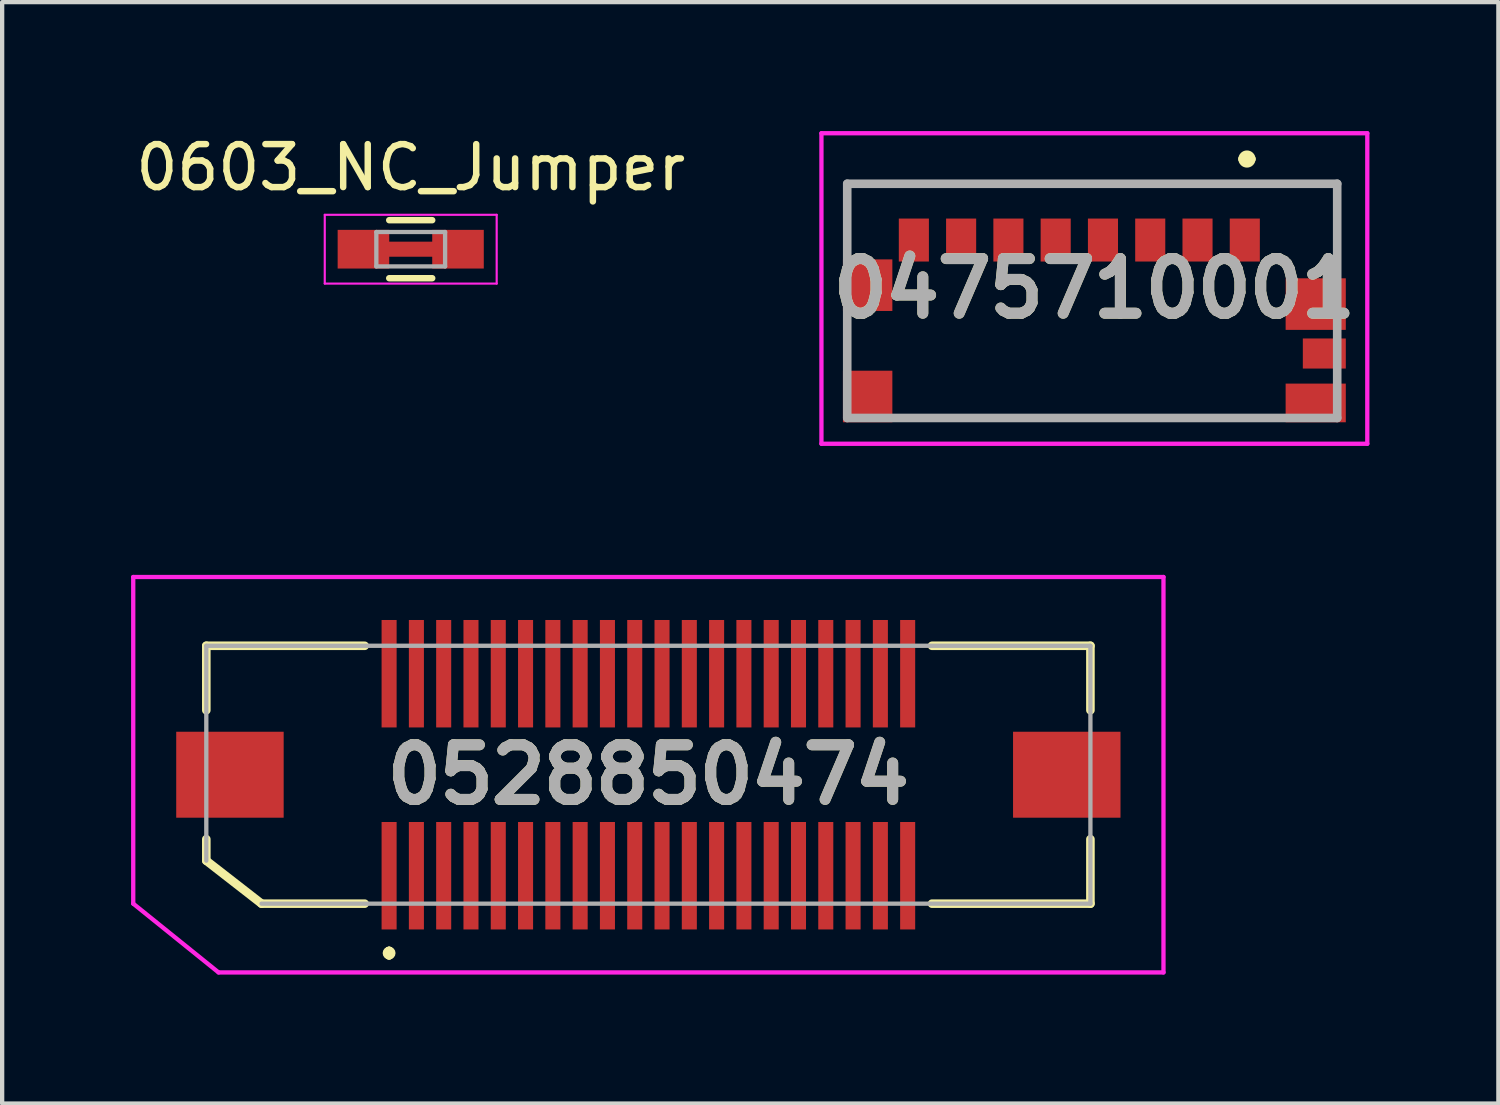
<source format=kicad_pcb>
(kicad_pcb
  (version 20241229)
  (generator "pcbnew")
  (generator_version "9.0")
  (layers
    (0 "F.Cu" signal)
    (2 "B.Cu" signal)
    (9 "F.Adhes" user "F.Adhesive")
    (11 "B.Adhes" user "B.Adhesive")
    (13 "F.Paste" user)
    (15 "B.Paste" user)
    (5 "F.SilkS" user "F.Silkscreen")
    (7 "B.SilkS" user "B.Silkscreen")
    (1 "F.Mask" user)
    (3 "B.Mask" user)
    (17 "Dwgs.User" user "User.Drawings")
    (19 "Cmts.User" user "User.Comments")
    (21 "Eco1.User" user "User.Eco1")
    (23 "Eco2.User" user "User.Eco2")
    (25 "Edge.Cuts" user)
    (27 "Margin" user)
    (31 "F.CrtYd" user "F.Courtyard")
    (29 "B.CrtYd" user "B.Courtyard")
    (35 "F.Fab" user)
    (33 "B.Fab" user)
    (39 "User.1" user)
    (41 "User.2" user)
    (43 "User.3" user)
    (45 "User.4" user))
  (footprint "0528850474"
    (layer "F.Cu")
    (at 12.035 14.975)
    (property "Reference" "0528850474" (at 0 0 0) (layer "F.SilkS") (effects (font (size 1.27 1.27) (thickness 0.254))))
    (attr through_hole)
    (fp_line (start -10.285 -3) (end -6.6 -3) (stroke (width 0.2) (type solid)) (layer "F.SilkS"))
    (fp_line (start -10.285 -1.5) (end -10.285 -3) (stroke (width 0.2) (type solid)) (layer "F.SilkS"))
    (fp_line (start -10.285 2) (end -10.285 1.5) (stroke (width 0.2) (type solid)) (layer "F.SilkS"))
    (fp_line (start -9 3) (end -10.285 2) (stroke (width 0.2) (type solid)) (layer "F.SilkS"))
    (fp_line (start -6.6 3) (end -9 3) (stroke (width 0.2) (type solid)) (layer "F.SilkS"))
    (fp_line (start -6.032 4.1) (end -6.032 4.1) (stroke (width 0.2) (type solid)) (layer "F.SilkS"))
    (fp_line (start -6.032 4.2) (end -6.032 4.1) (stroke (width 0.2) (type solid)) (layer "F.SilkS"))
    (fp_line (start -6.032 4.2) (end -6.032 4.2) (stroke (width 0.2) (type solid)) (layer "F.SilkS"))
    (fp_line (start 6.6 -3) (end 10.285 -3) (stroke (width 0.2) (type solid)) (layer "F.SilkS"))
    (fp_line (start 10.285 -3) (end 10.285 -1.5) (stroke (width 0.2) (type solid)) (layer "F.SilkS"))
    (fp_line (start 10.285 1.5) (end 10.285 3) (stroke (width 0.2) (type solid)) (layer "F.SilkS"))
    (fp_line (start 10.285 3) (end 6.6 3) (stroke (width 0.2) (type solid)) (layer "F.SilkS"))
    (fp_arc (start -6.032 4.1) (mid -5.982 4.15) (end -6.032 4.2) (stroke (width 0.2) (type solid)) (layer "F.SilkS"))
    (fp_arc (start -6.032 4.2) (mid -6.082 4.15) (end -6.032 4.1) (stroke (width 0.2) (type solid)) (layer "F.SilkS"))
    (fp_line (start -11.985 -4.6) (end 11.985 -4.6) (stroke (width 0.1) (type solid)) (layer "F.CrtYd"))
    (fp_line (start -11.985 3) (end -11.985 -4.6) (stroke (width 0.1) (type solid)) (layer "F.CrtYd"))
    (fp_line (start -10 4.6) (end -11.985 3) (stroke (width 0.1) (type solid)) (layer "F.CrtYd"))
    (fp_line (start 11.985 -4.6) (end 11.985 4.6) (stroke (width 0.1) (type solid)) (layer "F.CrtYd"))
    (fp_line (start 11.985 4.6) (end -10 4.6) (stroke (width 0.1) (type solid)) (layer "F.CrtYd"))
    (fp_line (start -10.285 -3) (end -10.285 2) (stroke (width 0.1) (type solid)) (layer "F.Fab"))
    (fp_line (start -9 3) (end 10.285 3) (stroke (width 0.1) (type solid)) (layer "F.Fab"))
    (fp_line (start 10.285 -3) (end -10.285 -3) (stroke (width 0.1) (type solid)) (layer "F.Fab"))
    (fp_line (start 10.285 3) (end 10.285 -3) (stroke (width 0.1) (type solid)) (layer "F.Fab"))
    (fp_text user "${REFERENCE}" (at 0 0 0) (layer "F.Fab") (effects (font (size 1.27 1.27) (thickness 0.254))))
    (pad "" np_thru_hole circle (at -7.685 0) (size 0.001 0.001) (drill 0.9) (layers "*.Cu" "*.Mask"))
    (pad "" np_thru_hole circle (at 7.685 0) (size 0.001 0.001) (drill 0.7) (layers "*.Cu" "*.Mask"))
    (pad "1" smd rect (at -6.032 2.35) (size 0.35 2.5) (layers "F.Cu" "F.Mask" "F.Paste"))
    (pad "2" smd rect (at -6.032 -2.35) (size 0.35 2.5) (layers "F.Cu" "F.Mask" "F.Paste"))
    (pad "3" smd rect (at -5.397 2.35) (size 0.35 2.5) (layers "F.Cu" "F.Mask" "F.Paste"))
    (pad "4" smd rect (at -5.397 -2.35) (size 0.35 2.5) (layers "F.Cu" "F.Mask" "F.Paste"))
    (pad "5" smd rect (at -4.762 2.35) (size 0.35 2.5) (layers "F.Cu" "F.Mask" "F.Paste"))
    (pad "6" smd rect (at -4.762 -2.35) (size 0.35 2.5) (layers "F.Cu" "F.Mask" "F.Paste"))
    (pad "7" smd rect (at -4.127 2.35) (size 0.35 2.5) (layers "F.Cu" "F.Mask" "F.Paste"))
    (pad "8" smd rect (at -4.127 -2.35) (size 0.35 2.5) (layers "F.Cu" "F.Mask" "F.Paste"))
    (pad "9" smd rect (at -3.492 2.35) (size 0.35 2.5) (layers "F.Cu" "F.Mask" "F.Paste"))
    (pad "10" smd rect (at -3.492 -2.35) (size 0.35 2.5) (layers "F.Cu" "F.Mask" "F.Paste"))
    (pad "11" smd rect (at -2.857 2.35) (size 0.35 2.5) (layers "F.Cu" "F.Mask" "F.Paste"))
    (pad "12" smd rect (at -2.857 -2.35) (size 0.35 2.5) (layers "F.Cu" "F.Mask" "F.Paste"))
    (pad "13" smd rect (at -2.222 2.35) (size 0.35 2.5) (layers "F.Cu" "F.Mask" "F.Paste"))
    (pad "14" smd rect (at -2.222 -2.35) (size 0.35 2.5) (layers "F.Cu" "F.Mask" "F.Paste"))
    (pad "15" smd rect (at -1.587 2.35) (size 0.35 2.5) (layers "F.Cu" "F.Mask" "F.Paste"))
    (pad "16" smd rect (at -1.587 -2.35) (size 0.35 2.5) (layers "F.Cu" "F.Mask" "F.Paste"))
    (pad "17" smd rect (at -0.952 2.35) (size 0.35 2.5) (layers "F.Cu" "F.Mask" "F.Paste"))
    (pad "18" smd rect (at -0.952 -2.35) (size 0.35 2.5) (layers "F.Cu" "F.Mask" "F.Paste"))
    (pad "19" smd rect (at -0.317 2.35) (size 0.35 2.5) (layers "F.Cu" "F.Mask" "F.Paste"))
    (pad "20" smd rect (at -0.317 -2.35) (size 0.35 2.5) (layers "F.Cu" "F.Mask" "F.Paste"))
    (pad "21" smd rect (at 0.318 2.35) (size 0.35 2.5) (layers "F.Cu" "F.Mask" "F.Paste"))
    (pad "22" smd rect (at 0.318 -2.35) (size 0.35 2.5) (layers "F.Cu" "F.Mask" "F.Paste"))
    (pad "23" smd rect (at 0.953 2.35) (size 0.35 2.5) (layers "F.Cu" "F.Mask" "F.Paste"))
    (pad "24" smd rect (at 0.953 -2.35) (size 0.35 2.5) (layers "F.Cu" "F.Mask" "F.Paste"))
    (pad "25" smd rect (at 1.588 2.35) (size 0.35 2.5) (layers "F.Cu" "F.Mask" "F.Paste"))
    (pad "26" smd rect (at 1.588 -2.35) (size 0.35 2.5) (layers "F.Cu" "F.Mask" "F.Paste"))
    (pad "27" smd rect (at 2.223 2.35) (size 0.35 2.5) (layers "F.Cu" "F.Mask" "F.Paste"))
    (pad "28" smd rect (at 2.223 -2.35) (size 0.35 2.5) (layers "F.Cu" "F.Mask" "F.Paste"))
    (pad "29" smd rect (at 2.858 2.35) (size 0.35 2.5) (layers "F.Cu" "F.Mask" "F.Paste"))
    (pad "30" smd rect (at 2.858 -2.35) (size 0.35 2.5) (layers "F.Cu" "F.Mask" "F.Paste"))
    (pad "31" smd rect (at 3.493 2.35) (size 0.35 2.5) (layers "F.Cu" "F.Mask" "F.Paste"))
    (pad "32" smd rect (at 3.493 -2.35) (size 0.35 2.5) (layers "F.Cu" "F.Mask" "F.Paste"))
    (pad "33" smd rect (at 4.128 2.35) (size 0.35 2.5) (layers "F.Cu" "F.Mask" "F.Paste"))
    (pad "34" smd rect (at 4.128 -2.35) (size 0.35 2.5) (layers "F.Cu" "F.Mask" "F.Paste"))
    (pad "35" smd rect (at 4.763 2.35) (size 0.35 2.5) (layers "F.Cu" "F.Mask" "F.Paste"))
    (pad "36" smd rect (at 4.763 -2.35) (size 0.35 2.5) (layers "F.Cu" "F.Mask" "F.Paste"))
    (pad "37" smd rect (at 5.398 2.35) (size 0.35 2.5) (layers "F.Cu" "F.Mask" "F.Paste"))
    (pad "38" smd rect (at 5.398 -2.35) (size 0.35 2.5) (layers "F.Cu" "F.Mask" "F.Paste"))
    (pad "39" smd rect (at 6.033 2.35) (size 0.35 2.5) (layers "F.Cu" "F.Mask" "F.Paste"))
    (pad "40" smd rect (at 6.033 -2.35) (size 0.35 2.5) (layers "F.Cu" "F.Mask" "F.Paste"))
    (pad "MP1" smd rect (at -9.735 0 90) (size 2 2.5) (layers "F.Cu" "F.Mask" "F.Paste"))
    (pad "MP2" smd rect (at 9.735 0 90) (size 2 2.5) (layers "F.Cu" "F.Mask" "F.Paste")))
  (footprint "0603_NC_Jumper"
    (layer "F.Cu")
    (at 6.506 2.748)
    (property "Reference" "0603_NC_Jumper" (at 0 -1.9 0) (layer "F.SilkS") (effects (font (size 1 1) (thickness 0.15))))
    (attr smd)
    (fp_line (start -0.635 0) (end 0.635 0) (stroke (width 0.35) (type solid)) (layer "F.Cu"))
    (fp_line (start -0.5 -0.675) (end 0.5 -0.675) (stroke (width 0.15) (type solid)) (layer "F.SilkS"))
    (fp_line (start 0.5 0.675) (end -0.5 0.675) (stroke (width 0.15) (type solid)) (layer "F.SilkS"))
    (fp_line (start -2 -0.8) (end -2 0.8) (stroke (width 0.05) (type solid)) (layer "F.CrtYd"))
    (fp_line (start -2 -0.8) (end 2 -0.8) (stroke (width 0.05) (type solid)) (layer "F.CrtYd"))
    (fp_line (start -2 0.8) (end 2 0.8) (stroke (width 0.05) (type solid)) (layer "F.CrtYd"))
    (fp_line (start 2 -0.8) (end 2 0.8) (stroke (width 0.05) (type solid)) (layer "F.CrtYd"))
    (fp_line (start -0.8 -0.4) (end 0.8 -0.4) (stroke (width 0.1) (type solid)) (layer "F.Fab"))
    (fp_line (start -0.8 0.4) (end -0.8 -0.4) (stroke (width 0.1) (type solid)) (layer "F.Fab"))
    (fp_line (start 0.8 -0.4) (end 0.8 0.4) (stroke (width 0.1) (type solid)) (layer "F.Fab"))
    (fp_line (start 0.8 0.4) (end -0.8 0.4) (stroke (width 0.1) (type solid)) (layer "F.Fab"))
    (pad "1" smd rect (at -1.1 0) (size 1.2 0.9) (layers "F.Cu" "F.Mask" "F.Paste"))
    (pad "2" smd rect (at 1.1 0) (size 1.2 0.9) (layers "F.Cu" "F.Mask" "F.Paste")))
  (footprint "0475710001"
    (layer "F.Cu")
    (at 22.362 3.95)
    (property "Reference" "0475710001" (at 0.05 -0.287 0) (layer "F.SilkS") (effects (font (size 1.27 1.27) (thickness 0.254))))
    (attr smd)
    (fp_line (start -5.7 -2.725) (end 5.7 -2.725) (stroke (width 0.1) (type solid)) (layer "F.SilkS"))
    (fp_line (start -5.7 -1.5) (end -5.7 -2.725) (stroke (width 0.1) (type solid)) (layer "F.SilkS"))
    (fp_line (start -5.7 0.6) (end -5.7 1.4) (stroke (width 0.1) (type solid)) (layer "F.SilkS"))
    (fp_line (start -4 2.725) (end 4 2.725) (stroke (width 0.1) (type solid)) (layer "F.SilkS"))
    (fp_line (start 3.5 -3.3) (end 3.5 -3.3) (stroke (width 0.2) (type solid)) (layer "F.SilkS"))
    (fp_line (start 3.7 -3.3) (end 3.7 -3.3) (stroke (width 0.2) (type solid)) (layer "F.SilkS"))
    (fp_line (start 5.7 -2.725) (end 5.7 -1) (stroke (width 0.1) (type solid)) (layer "F.SilkS"))
    (fp_arc (start 3.5 -3.3) (mid 3.6 -3.4) (end 3.7 -3.3) (stroke (width 0.2) (type solid)) (layer "F.SilkS"))
    (fp_arc (start 3.7 -3.3) (mid 3.6 -3.2) (end 3.5 -3.3) (stroke (width 0.2) (type solid)) (layer "F.SilkS"))
    (fp_line (start -6.3 -3.9) (end 6.4 -3.9) (stroke (width 0.1) (type solid)) (layer "F.CrtYd"))
    (fp_line (start -6.3 3.325) (end -6.3 -3.9) (stroke (width 0.1) (type solid)) (layer "F.CrtYd"))
    (fp_line (start 6.4 -3.9) (end 6.4 3.325) (stroke (width 0.1) (type solid)) (layer "F.CrtYd"))
    (fp_line (start 6.4 3.325) (end -6.3 3.325) (stroke (width 0.1) (type solid)) (layer "F.CrtYd"))
    (fp_line (start -5.7 -2.725) (end 5.7 -2.725) (stroke (width 0.2) (type solid)) (layer "F.Fab"))
    (fp_line (start -5.7 2.725) (end -5.7 -2.725) (stroke (width 0.2) (type solid)) (layer "F.Fab"))
    (fp_line (start 5.7 -2.725) (end 5.7 2.725) (stroke (width 0.2) (type solid)) (layer "F.Fab"))
    (fp_line (start 5.7 2.725) (end -5.7 2.725) (stroke (width 0.2) (type solid)) (layer "F.Fab"))
    (fp_text user "${REFERENCE}" (at 0.05 -0.287 0) (layer "F.Fab") (effects (font (size 1.27 1.27) (thickness 0.254))))
    (pad "1" smd rect (at 3.55 -1.415) (size 0.7 1) (layers "F.Cu" "F.Mask" "F.Paste"))
    (pad "2" smd rect (at 2.45 -1.415) (size 0.7 1) (layers "F.Cu" "F.Mask" "F.Paste"))
    (pad "3" smd rect (at 1.35 -1.415) (size 0.7 1) (layers "F.Cu" "F.Mask" "F.Paste"))
    (pad "4" smd rect (at 0.25 -1.415) (size 0.7 1) (layers "F.Cu" "F.Mask" "F.Paste"))
    (pad "5" smd rect (at -0.85 -1.415) (size 0.7 1) (layers "F.Cu" "F.Mask" "F.Paste"))
    (pad "6" smd rect (at -1.95 -1.415) (size 0.7 1) (layers "F.Cu" "F.Mask" "F.Paste"))
    (pad "7" smd rect (at -3.05 -1.415) (size 0.7 1) (layers "F.Cu" "F.Mask" "F.Paste"))
    (pad "8" smd rect (at -4.15 -1.415) (size 0.7 1) (layers "F.Cu" "F.Mask" "F.Paste"))
    (pad "G1" smd rect (at -5.225 -0.365) (size 1.15 1.2) (layers "F.Cu" "F.Mask" "F.Paste"))
    (pad "G2" smd rect (at -5.225 2.225) (size 1.15 1.2) (layers "F.Cu" "F.Mask" "F.Paste"))
    (pad "G3" smd rect (at 5.2 0.075 90) (size 1.2 1.4) (layers "F.Cu" "F.Mask" "F.Paste"))
    (pad "G4" smd rect (at 5.4 1.225 90) (size 0.7 1) (layers "F.Cu" "F.Mask" "F.Paste"))
    (pad "G5" smd rect (at 5.2 2.375 90) (size 0.9 1.4) (layers "F.Cu" "F.Mask" "F.Paste")))
  (gr_rect
    (start -3 -3)
    (end 31.812 22.625)
    (stroke (width 0.1) (type default))
    (fill no)
    (layer "Edge.Cuts")))
</source>
